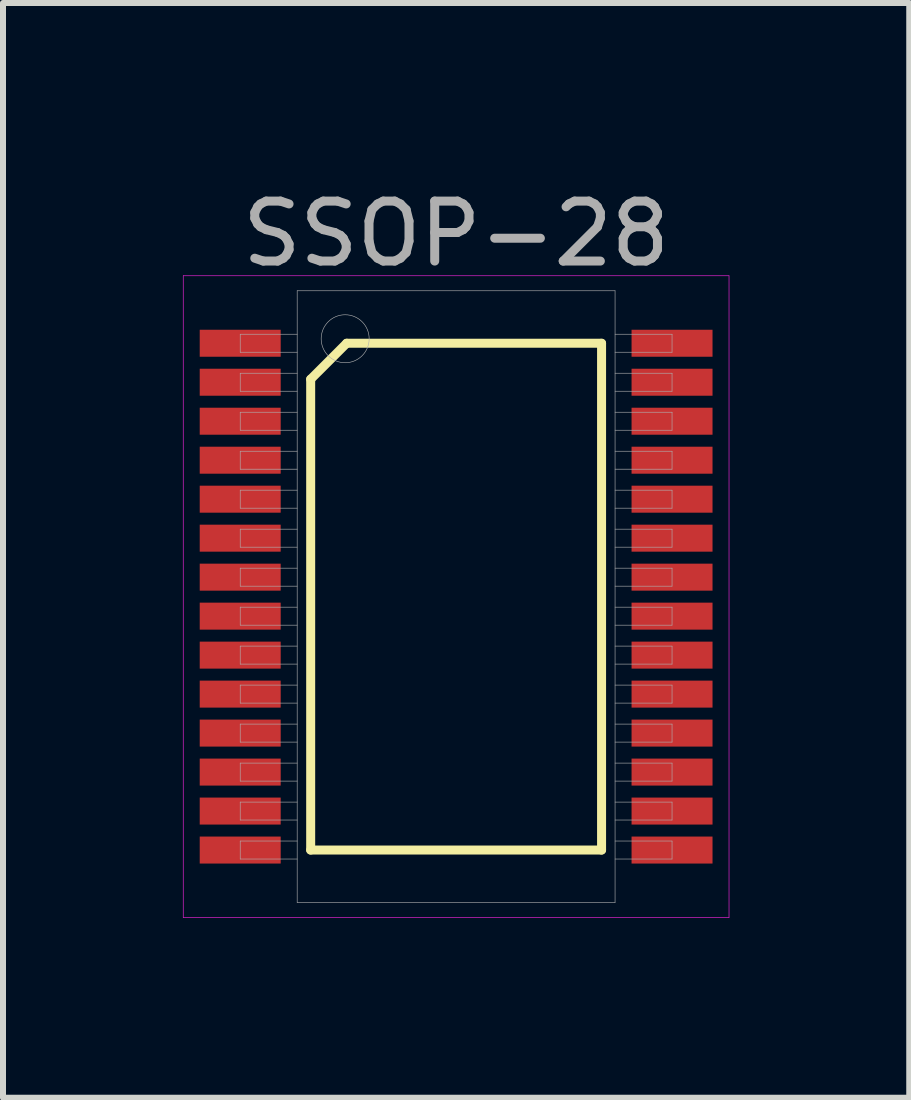
<source format=kicad_pcb>
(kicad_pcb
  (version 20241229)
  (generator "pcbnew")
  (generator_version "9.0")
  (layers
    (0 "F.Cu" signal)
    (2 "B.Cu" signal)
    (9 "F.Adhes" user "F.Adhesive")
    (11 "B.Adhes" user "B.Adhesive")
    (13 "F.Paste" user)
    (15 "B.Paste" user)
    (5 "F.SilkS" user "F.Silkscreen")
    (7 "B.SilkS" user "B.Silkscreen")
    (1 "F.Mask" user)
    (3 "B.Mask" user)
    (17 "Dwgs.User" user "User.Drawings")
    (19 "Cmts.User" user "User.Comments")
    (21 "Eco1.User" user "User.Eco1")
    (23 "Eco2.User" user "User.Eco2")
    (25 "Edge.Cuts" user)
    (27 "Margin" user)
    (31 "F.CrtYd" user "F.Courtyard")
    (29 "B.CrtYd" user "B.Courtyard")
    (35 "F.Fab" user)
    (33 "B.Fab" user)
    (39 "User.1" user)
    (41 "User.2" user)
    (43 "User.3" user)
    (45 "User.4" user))
  (footprint "SSOP-28"
    (layer "F.Cu")
    (at 4.555 6.898)
    (property "Reference" "SSOP-28" (at 0 -6.05 0) (layer "F.Fab") (effects (font (size 1 1) (thickness 0.15))))
    (attr smd)
    (fp_line (start -2.425 -3.625) (end -1.825 -4.225) (stroke (width 0.15) (type solid)) (layer "F.SilkS"))
    (fp_line (start -2.425 4.225) (end -2.425 -3.625) (stroke (width 0.15) (type solid)) (layer "F.SilkS"))
    (fp_line (start -1.825 -4.225) (end 2.425 -4.225) (stroke (width 0.15) (type solid)) (layer "F.SilkS"))
    (fp_line (start 2.425 -4.225) (end 2.425 4.225) (stroke (width 0.15) (type solid)) (layer "F.SilkS"))
    (fp_line (start 2.425 4.225) (end -2.425 4.225) (stroke (width 0.15) (type solid)) (layer "F.SilkS"))
    (fp_line (start -4.55 -5.35) (end 4.55 -5.35) (stroke (width 0.01) (type solid)) (layer "F.CrtYd"))
    (fp_line (start -4.55 5.35) (end -4.55 -5.35) (stroke (width 0.01) (type solid)) (layer "F.CrtYd"))
    (fp_line (start 4.55 -5.35) (end 4.55 5.35) (stroke (width 0.01) (type solid)) (layer "F.CrtYd"))
    (fp_line (start 4.55 5.35) (end -4.55 5.35) (stroke (width 0.01) (type solid)) (layer "F.CrtYd"))
    (fp_line (start -3.6 -4.375) (end -2.65 -4.375) (stroke (width 0.01) (type solid)) (layer "F.Fab"))
    (fp_line (start -3.6 -4.075) (end -3.6 -4.375) (stroke (width 0.01) (type solid)) (layer "F.Fab"))
    (fp_line (start -3.6 -3.725) (end -2.65 -3.725) (stroke (width 0.01) (type solid)) (layer "F.Fab"))
    (fp_line (start -3.6 -3.425) (end -3.6 -3.725) (stroke (width 0.01) (type solid)) (layer "F.Fab"))
    (fp_line (start -3.6 -3.075) (end -2.65 -3.075) (stroke (width 0.01) (type solid)) (layer "F.Fab"))
    (fp_line (start -3.6 -2.775) (end -3.6 -3.075) (stroke (width 0.01) (type solid)) (layer "F.Fab"))
    (fp_line (start -3.6 -2.425) (end -2.65 -2.425) (stroke (width 0.01) (type solid)) (layer "F.Fab"))
    (fp_line (start -3.6 -2.125) (end -3.6 -2.425) (stroke (width 0.01) (type solid)) (layer "F.Fab"))
    (fp_line (start -3.6 -1.775) (end -2.65 -1.775) (stroke (width 0.01) (type solid)) (layer "F.Fab"))
    (fp_line (start -3.6 -1.475) (end -3.6 -1.775) (stroke (width 0.01) (type solid)) (layer "F.Fab"))
    (fp_line (start -3.6 -1.125) (end -2.65 -1.125) (stroke (width 0.01) (type solid)) (layer "F.Fab"))
    (fp_line (start -3.6 -0.825) (end -3.6 -1.125) (stroke (width 0.01) (type solid)) (layer "F.Fab"))
    (fp_line (start -3.6 -0.475) (end -2.65 -0.475) (stroke (width 0.01) (type solid)) (layer "F.Fab"))
    (fp_line (start -3.6 -0.175) (end -3.6 -0.475) (stroke (width 0.01) (type solid)) (layer "F.Fab"))
    (fp_line (start -3.6 0.175) (end -2.65 0.175) (stroke (width 0.01) (type solid)) (layer "F.Fab"))
    (fp_line (start -3.6 0.475) (end -3.6 0.175) (stroke (width 0.01) (type solid)) (layer "F.Fab"))
    (fp_line (start -3.6 0.825) (end -2.65 0.825) (stroke (width 0.01) (type solid)) (layer "F.Fab"))
    (fp_line (start -3.6 1.125) (end -3.6 0.825) (stroke (width 0.01) (type solid)) (layer "F.Fab"))
    (fp_line (start -3.6 1.475) (end -2.65 1.475) (stroke (width 0.01) (type solid)) (layer "F.Fab"))
    (fp_line (start -3.6 1.775) (end -3.6 1.475) (stroke (width 0.01) (type solid)) (layer "F.Fab"))
    (fp_line (start -3.6 2.125) (end -2.65 2.125) (stroke (width 0.01) (type solid)) (layer "F.Fab"))
    (fp_line (start -3.6 2.425) (end -3.6 2.125) (stroke (width 0.01) (type solid)) (layer "F.Fab"))
    (fp_line (start -3.6 2.775) (end -2.65 2.775) (stroke (width 0.01) (type solid)) (layer "F.Fab"))
    (fp_line (start -3.6 3.075) (end -3.6 2.775) (stroke (width 0.01) (type solid)) (layer "F.Fab"))
    (fp_line (start -3.6 3.425) (end -2.65 3.425) (stroke (width 0.01) (type solid)) (layer "F.Fab"))
    (fp_line (start -3.6 3.725) (end -3.6 3.425) (stroke (width 0.01) (type solid)) (layer "F.Fab"))
    (fp_line (start -3.6 4.075) (end -2.65 4.075) (stroke (width 0.01) (type solid)) (layer "F.Fab"))
    (fp_line (start -3.6 4.375) (end -3.6 4.075) (stroke (width 0.01) (type solid)) (layer "F.Fab"))
    (fp_line (start -2.65 -5.1) (end 2.65 -5.1) (stroke (width 0.01) (type solid)) (layer "F.Fab"))
    (fp_line (start -2.65 -4.075) (end -3.6 -4.075) (stroke (width 0.01) (type solid)) (layer "F.Fab"))
    (fp_line (start -2.65 -3.425) (end -3.6 -3.425) (stroke (width 0.01) (type solid)) (layer "F.Fab"))
    (fp_line (start -2.65 -2.775) (end -3.6 -2.775) (stroke (width 0.01) (type solid)) (layer "F.Fab"))
    (fp_line (start -2.65 -2.125) (end -3.6 -2.125) (stroke (width 0.01) (type solid)) (layer "F.Fab"))
    (fp_line (start -2.65 -1.475) (end -3.6 -1.475) (stroke (width 0.01) (type solid)) (layer "F.Fab"))
    (fp_line (start -2.65 -0.825) (end -3.6 -0.825) (stroke (width 0.01) (type solid)) (layer "F.Fab"))
    (fp_line (start -2.65 -0.175) (end -3.6 -0.175) (stroke (width 0.01) (type solid)) (layer "F.Fab"))
    (fp_line (start -2.65 0.475) (end -3.6 0.475) (stroke (width 0.01) (type solid)) (layer "F.Fab"))
    (fp_line (start -2.65 1.125) (end -3.6 1.125) (stroke (width 0.01) (type solid)) (layer "F.Fab"))
    (fp_line (start -2.65 1.775) (end -3.6 1.775) (stroke (width 0.01) (type solid)) (layer "F.Fab"))
    (fp_line (start -2.65 2.425) (end -3.6 2.425) (stroke (width 0.01) (type solid)) (layer "F.Fab"))
    (fp_line (start -2.65 3.075) (end -3.6 3.075) (stroke (width 0.01) (type solid)) (layer "F.Fab"))
    (fp_line (start -2.65 3.725) (end -3.6 3.725) (stroke (width 0.01) (type solid)) (layer "F.Fab"))
    (fp_line (start -2.65 4.375) (end -3.6 4.375) (stroke (width 0.01) (type solid)) (layer "F.Fab"))
    (fp_line (start -2.65 5.1) (end -2.65 -5.1) (stroke (width 0.01) (type solid)) (layer "F.Fab"))
    (fp_line (start 2.65 -5.1) (end 2.65 5.1) (stroke (width 0.01) (type solid)) (layer "F.Fab"))
    (fp_line (start 2.65 -4.375) (end 3.6 -4.375) (stroke (width 0.01) (type solid)) (layer "F.Fab"))
    (fp_line (start 2.65 -3.725) (end 3.6 -3.725) (stroke (width 0.01) (type solid)) (layer "F.Fab"))
    (fp_line (start 2.65 -3.075) (end 3.6 -3.075) (stroke (width 0.01) (type solid)) (layer "F.Fab"))
    (fp_line (start 2.65 -2.425) (end 3.6 -2.425) (stroke (width 0.01) (type solid)) (layer "F.Fab"))
    (fp_line (start 2.65 -1.775) (end 3.6 -1.775) (stroke (width 0.01) (type solid)) (layer "F.Fab"))
    (fp_line (start 2.65 -1.125) (end 3.6 -1.125) (stroke (width 0.01) (type solid)) (layer "F.Fab"))
    (fp_line (start 2.65 -0.475) (end 3.6 -0.475) (stroke (width 0.01) (type solid)) (layer "F.Fab"))
    (fp_line (start 2.65 0.175) (end 3.6 0.175) (stroke (width 0.01) (type solid)) (layer "F.Fab"))
    (fp_line (start 2.65 0.825) (end 3.6 0.825) (stroke (width 0.01) (type solid)) (layer "F.Fab"))
    (fp_line (start 2.65 1.475) (end 3.6 1.475) (stroke (width 0.01) (type solid)) (layer "F.Fab"))
    (fp_line (start 2.65 2.125) (end 3.6 2.125) (stroke (width 0.01) (type solid)) (layer "F.Fab"))
    (fp_line (start 2.65 2.775) (end 3.6 2.775) (stroke (width 0.01) (type solid)) (layer "F.Fab"))
    (fp_line (start 2.65 3.425) (end 3.6 3.425) (stroke (width 0.01) (type solid)) (layer "F.Fab"))
    (fp_line (start 2.65 4.075) (end 3.6 4.075) (stroke (width 0.01) (type solid)) (layer "F.Fab"))
    (fp_line (start 2.65 5.1) (end -2.65 5.1) (stroke (width 0.01) (type solid)) (layer "F.Fab"))
    (fp_line (start 3.6 -4.375) (end 3.6 -4.075) (stroke (width 0.01) (type solid)) (layer "F.Fab"))
    (fp_line (start 3.6 -4.075) (end 2.65 -4.075) (stroke (width 0.01) (type solid)) (layer "F.Fab"))
    (fp_line (start 3.6 -3.725) (end 3.6 -3.425) (stroke (width 0.01) (type solid)) (layer "F.Fab"))
    (fp_line (start 3.6 -3.425) (end 2.65 -3.425) (stroke (width 0.01) (type solid)) (layer "F.Fab"))
    (fp_line (start 3.6 -3.075) (end 3.6 -2.775) (stroke (width 0.01) (type solid)) (layer "F.Fab"))
    (fp_line (start 3.6 -2.775) (end 2.65 -2.775) (stroke (width 0.01) (type solid)) (layer "F.Fab"))
    (fp_line (start 3.6 -2.425) (end 3.6 -2.125) (stroke (width 0.01) (type solid)) (layer "F.Fab"))
    (fp_line (start 3.6 -2.125) (end 2.65 -2.125) (stroke (width 0.01) (type solid)) (layer "F.Fab"))
    (fp_line (start 3.6 -1.775) (end 3.6 -1.475) (stroke (width 0.01) (type solid)) (layer "F.Fab"))
    (fp_line (start 3.6 -1.475) (end 2.65 -1.475) (stroke (width 0.01) (type solid)) (layer "F.Fab"))
    (fp_line (start 3.6 -1.125) (end 3.6 -0.825) (stroke (width 0.01) (type solid)) (layer "F.Fab"))
    (fp_line (start 3.6 -0.825) (end 2.65 -0.825) (stroke (width 0.01) (type solid)) (layer "F.Fab"))
    (fp_line (start 3.6 -0.475) (end 3.6 -0.175) (stroke (width 0.01) (type solid)) (layer "F.Fab"))
    (fp_line (start 3.6 -0.175) (end 2.65 -0.175) (stroke (width 0.01) (type solid)) (layer "F.Fab"))
    (fp_line (start 3.6 0.175) (end 3.6 0.475) (stroke (width 0.01) (type solid)) (layer "F.Fab"))
    (fp_line (start 3.6 0.475) (end 2.65 0.475) (stroke (width 0.01) (type solid)) (layer "F.Fab"))
    (fp_line (start 3.6 0.825) (end 3.6 1.125) (stroke (width 0.01) (type solid)) (layer "F.Fab"))
    (fp_line (start 3.6 1.125) (end 2.65 1.125) (stroke (width 0.01) (type solid)) (layer "F.Fab"))
    (fp_line (start 3.6 1.475) (end 3.6 1.775) (stroke (width 0.01) (type solid)) (layer "F.Fab"))
    (fp_line (start 3.6 1.775) (end 2.65 1.775) (stroke (width 0.01) (type solid)) (layer "F.Fab"))
    (fp_line (start 3.6 2.125) (end 3.6 2.425) (stroke (width 0.01) (type solid)) (layer "F.Fab"))
    (fp_line (start 3.6 2.425) (end 2.65 2.425) (stroke (width 0.01) (type solid)) (layer "F.Fab"))
    (fp_line (start 3.6 2.775) (end 3.6 3.075) (stroke (width 0.01) (type solid)) (layer "F.Fab"))
    (fp_line (start 3.6 3.075) (end 2.65 3.075) (stroke (width 0.01) (type solid)) (layer "F.Fab"))
    (fp_line (start 3.6 3.425) (end 3.6 3.725) (stroke (width 0.01) (type solid)) (layer "F.Fab"))
    (fp_line (start 3.6 3.725) (end 2.65 3.725) (stroke (width 0.01) (type solid)) (layer "F.Fab"))
    (fp_line (start 3.6 4.075) (end 3.6 4.375) (stroke (width 0.01) (type solid)) (layer "F.Fab"))
    (fp_line (start 3.6 4.375) (end 2.65 4.375) (stroke (width 0.01) (type solid)) (layer "F.Fab"))
    (fp_circle (center -1.85 -4.3) (end -1.85 -3.9) (stroke (width 0.01) (type solid)) (fill no) (layer "F.Fab"))
    (pad "1" smd rect (at -3.6 -4.225) (size 1.35 0.45) (layers "F.Cu" "F.Mask" "F.Paste"))
    (pad "2" smd rect (at -3.6 -3.575) (size 1.35 0.45) (layers "F.Cu" "F.Mask" "F.Paste"))
    (pad "3" smd rect (at -3.6 -2.925) (size 1.35 0.45) (layers "F.Cu" "F.Mask" "F.Paste"))
    (pad "4" smd rect (at -3.6 -2.275) (size 1.35 0.45) (layers "F.Cu" "F.Mask" "F.Paste"))
    (pad "5" smd rect (at -3.6 -1.625) (size 1.35 0.45) (layers "F.Cu" "F.Mask" "F.Paste"))
    (pad "6" smd rect (at -3.6 -0.975) (size 1.35 0.45) (layers "F.Cu" "F.Mask" "F.Paste"))
    (pad "7" smd rect (at -3.6 -0.325) (size 1.35 0.45) (layers "F.Cu" "F.Mask" "F.Paste"))
    (pad "8" smd rect (at -3.6 0.325) (size 1.35 0.45) (layers "F.Cu" "F.Mask" "F.Paste"))
    (pad "9" smd rect (at -3.6 0.975) (size 1.35 0.45) (layers "F.Cu" "F.Mask" "F.Paste"))
    (pad "10" smd rect (at -3.6 1.625) (size 1.35 0.45) (layers "F.Cu" "F.Mask" "F.Paste"))
    (pad "11" smd rect (at -3.6 2.275) (size 1.35 0.45) (layers "F.Cu" "F.Mask" "F.Paste"))
    (pad "12" smd rect (at -3.6 2.925) (size 1.35 0.45) (layers "F.Cu" "F.Mask" "F.Paste"))
    (pad "13" smd rect (at -3.6 3.575) (size 1.35 0.45) (layers "F.Cu" "F.Mask" "F.Paste"))
    (pad "14" smd rect (at -3.6 4.225) (size 1.35 0.45) (layers "F.Cu" "F.Mask" "F.Paste"))
    (pad "15" smd rect (at 3.6 4.225) (size 1.35 0.45) (layers "F.Cu" "F.Mask" "F.Paste"))
    (pad "16" smd rect (at 3.6 3.575) (size 1.35 0.45) (layers "F.Cu" "F.Mask" "F.Paste"))
    (pad "17" smd rect (at 3.6 2.925) (size 1.35 0.45) (layers "F.Cu" "F.Mask" "F.Paste"))
    (pad "18" smd rect (at 3.6 2.275) (size 1.35 0.45) (layers "F.Cu" "F.Mask" "F.Paste"))
    (pad "19" smd rect (at 3.6 1.625) (size 1.35 0.45) (layers "F.Cu" "F.Mask" "F.Paste"))
    (pad "20" smd rect (at 3.6 0.975) (size 1.35 0.45) (layers "F.Cu" "F.Mask" "F.Paste"))
    (pad "21" smd rect (at 3.6 0.325) (size 1.35 0.45) (layers "F.Cu" "F.Mask" "F.Paste"))
    (pad "22" smd rect (at 3.6 -0.325) (size 1.35 0.45) (layers "F.Cu" "F.Mask" "F.Paste"))
    (pad "23" smd rect (at 3.6 -0.975) (size 1.35 0.45) (layers "F.Cu" "F.Mask" "F.Paste"))
    (pad "24" smd rect (at 3.6 -1.625) (size 1.35 0.45) (layers "F.Cu" "F.Mask" "F.Paste"))
    (pad "25" smd rect (at 3.6 -2.275) (size 1.35 0.45) (layers "F.Cu" "F.Mask" "F.Paste"))
    (pad "26" smd rect (at 3.6 -2.925) (size 1.35 0.45) (layers "F.Cu" "F.Mask" "F.Paste"))
    (pad "27" smd rect (at 3.6 -3.575) (size 1.35 0.45) (layers "F.Cu" "F.Mask" "F.Paste"))
    (pad "28" smd rect (at 3.6 -4.225) (size 1.35 0.45) (layers "F.Cu" "F.Mask" "F.Paste")))
  (gr_rect
    (start -3 -3)
    (end 12.11 15.253)
    (stroke (width 0.1) (type default))
    (fill no)
    (layer "Edge.Cuts")))
</source>
